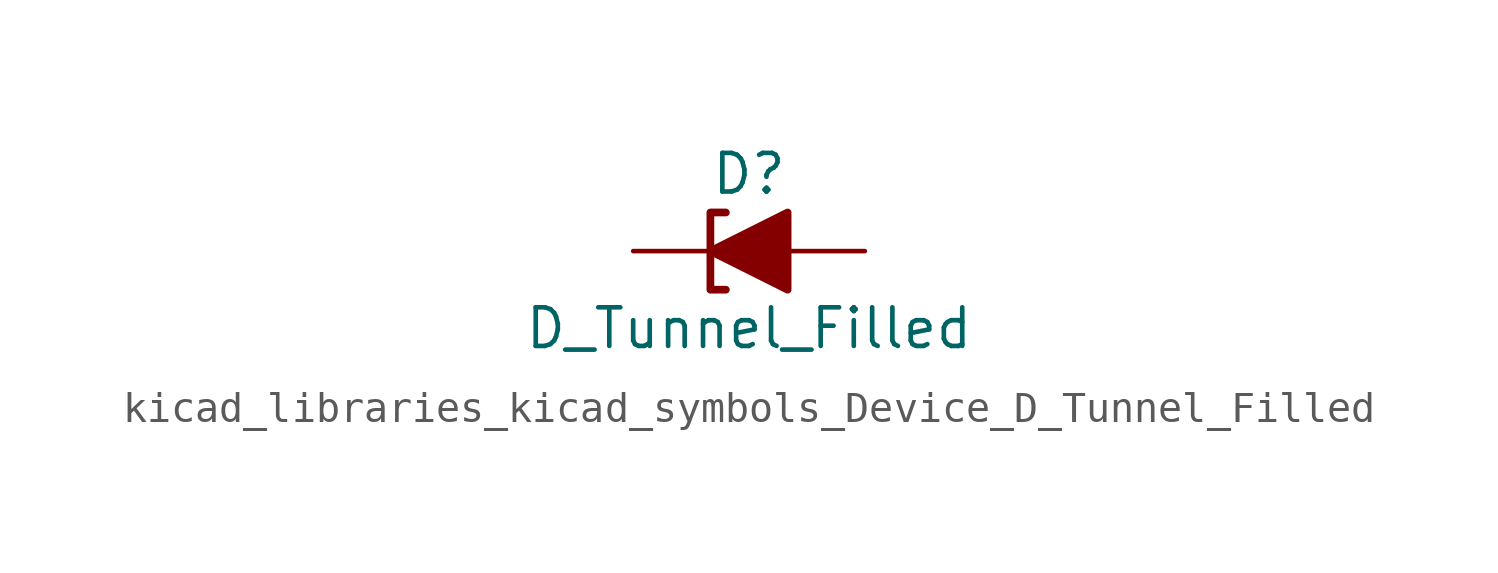
<source format=kicad_sym>
(kicad_symbol_lib
  (version 20220914)
  (generator kicad_symbol_editor)
  (symbol "kicad_libraries_kicad_symbols_Device_D_Tunnel_Filled"
    (pin_numbers hide)
    (pin_names
      (offset 1.016) hide)
    (property "Reference" "D"
      (at 0 2.54 0)
      (effects (font (size 1.27 1.27))))
    (property "Value" "D_Tunnel_Filled"
      (at 0 -2.54 0)
      (effects (font (size 1.27 1.27))))
    (symbol "kicad_libraries_kicad_symbols_Device_D_Tunnel_Filled_0_1"
      (polyline (pts (xy 1.27 0) (xy -1.27 0)) (stroke (width 0) (type default)) (fill (type none)))
      (polyline (pts (xy -0.762 1.27) (xy -1.27 1.27) (xy -1.27 -1.27) (xy -0.762 -1.27)) (stroke (width 0.254) (type default)) (fill (type none)))
      (polyline (pts (xy 1.27 -1.27) (xy 1.27 1.27) (xy -1.27 0) (xy 1.27 -1.27)) (stroke (width 0.254) (type default)) (fill (type outline))))
    (symbol "kicad_libraries_kicad_symbols_Device_D_Tunnel_Filled_1_1"
      (pin passive line (at -3.81 0 0) (length 2.54) (name "K" (effects (font (size 1.27 1.27)))) (number "1" (effects (font (size 1.27 1.27)))))
      (pin passive line (at 3.81 0 180) (length 2.54) (name "A" (effects (font (size 1.27 1.27)))) (number "2" (effects (font (size 1.27 1.27))))))))
</source>
